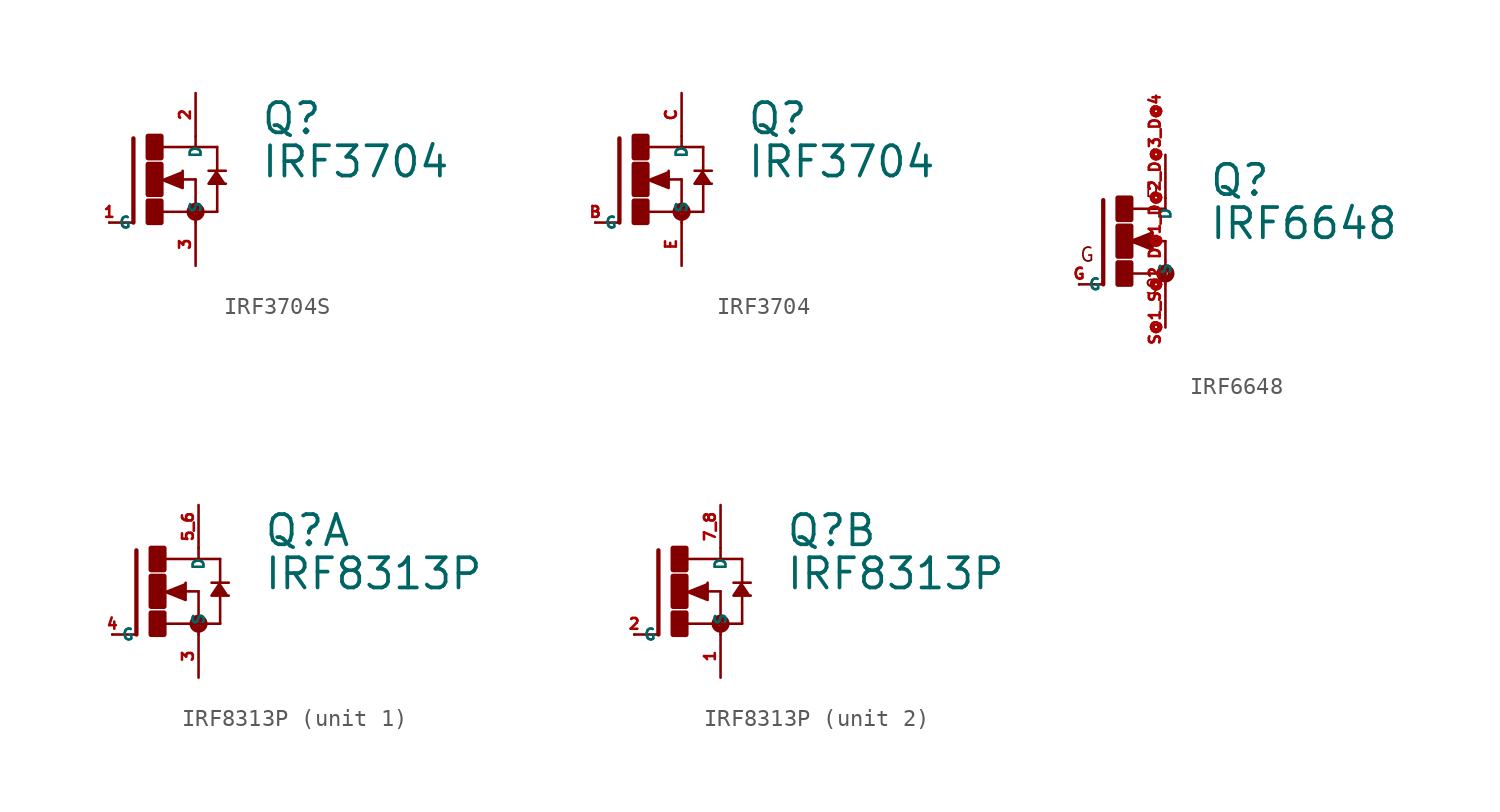
<source format=kicad_sym>
(kicad_symbol_lib
  (version 20220914)
  (generator Eagle2Kicad)
  (symbol "IRF3704S"
    (property "Reference" "Q"
      (at 6.35 2.54 0)
      (effects (font (size 1.778 1.778) (thickness 0.22)) (justify left bottom)))
    (property "Value" "IRF3704"
      (at 6.35 0 0)
      (effects (font (size 1.778 1.778) (thickness 0.22)) (justify left bottom)))
    (polyline
      (pts (xy 0.508 0) (xy 1.778 -0.508) (xy 1.778 0.508))
      (stroke (width 0.152) (type default))
      (fill (type outline)))
    (polyline
      (pts (xy 3.81 0.508) (xy 3.302 -0.254) (xy 4.318 -0.254))
      (stroke (width 0.152) (type default))
      (fill (type outline)))
    (polyline
      (pts (xy -1.118 2.413) (xy -1.118 -2.54))
      (stroke (width 0.254) (type default))
      (fill (type none)))
    (polyline
      (pts (xy -1.118 -2.54) (xy -2.54 -2.54))
      (stroke (width 0.152) (type default))
      (fill (type none)))
    (polyline
      (pts (xy 2.54 2.54) (xy 2.54 1.905))
      (stroke (width 0.152) (type default))
      (fill (type none)))
    (polyline
      (pts (xy 2.54 0) (xy 2.54 -1.905))
      (stroke (width 0.152) (type default))
      (fill (type none)))
    (polyline
      (pts (xy 0.508 -1.905) (xy 2.54 -1.905))
      (stroke (width 0.152) (type default))
      (fill (type none)))
    (polyline
      (pts (xy 2.54 -1.905) (xy 2.54 -2.54))
      (stroke (width 0.152) (type default))
      (fill (type none)))
    (polyline
      (pts (xy 1.651 0) (xy 2.54 0))
      (stroke (width 0.152) (type default))
      (fill (type none)))
    (polyline
      (pts (xy 3.302 0.508) (xy 3.81 0.508))
      (stroke (width 0.152) (type default))
      (fill (type none)))
    (polyline
      (pts (xy 3.81 0.508) (xy 4.318 0.508))
      (stroke (width 0.152) (type default))
      (fill (type none)))
    (polyline
      (pts (xy 3.81 1.905) (xy 2.54 1.905))
      (stroke (width 0.152) (type default))
      (fill (type none)))
    (polyline
      (pts (xy 2.54 1.905) (xy 0.533 1.905))
      (stroke (width 0.152) (type default))
      (fill (type none)))
    (polyline
      (pts (xy 3.81 0.508) (xy 3.81 1.905))
      (stroke (width 0.152) (type default))
      (fill (type none)))
    (polyline
      (pts (xy 3.81 -1.905) (xy 3.81 -0.127))
      (stroke (width 0.152) (type default))
      (fill (type none)))
    (polyline
      (pts (xy 3.81 -1.905) (xy 2.54 -1.905))
      (stroke (width 0.152) (type default))
      (fill (type none)))
    (circle
      (center 2.54 -1.905)
      (radius 0.127)
      (stroke (width 0.406) (type default))
      (fill (type none)))
    (rectangle
      (start -0.254 -2.54)
      (end 0.508 -1.27)
      (stroke (width 0.3) (type default))
      (fill (type outline)))
    (rectangle
      (start -0.254 1.27)
      (end 0.508 2.54)
      (stroke (width 0.3) (type default))
      (fill (type outline)))
    (rectangle
      (start -0.254 -0.889)
      (end 0.508 0.889)
      (stroke (width 0.3) (type default))
      (fill (type outline)))
    (pin passive line
      (at -2.54 -2.54 0)
      (length 0)
      (name "G" (effects (font (size 0.635 0.635) (thickness 0.08)) (justify left bottom)))
      (number "1" (effects (font (size 0.635 0.635) (thickness 0.08)) (justify left bottom))))
    (pin passive line
      (at 2.54 5.08 270)
      (length 2.54)
      (name "D" (effects (font (size 0.635 0.635) (thickness 0.08)) (justify left bottom)))
      (number "2" (effects (font (size 0.635 0.635) (thickness 0.08)) (justify left bottom))))
    (pin passive line
      (at 2.54 -5.08 90)
      (length 2.54)
      (name "S" (effects (font (size 0.635 0.635) (thickness 0.08)) (justify left bottom)))
      (number "3" (effects (font (size 0.635 0.635) (thickness 0.08)) (justify left bottom)))))
  (symbol "IRF3704"
    (property "Reference" "Q"
      (at 6.35 2.54 0)
      (effects (font (size 1.778 1.778) (thickness 0.22)) (justify left bottom)))
    (property "Value" "IRF3704"
      (at 6.35 0 0)
      (effects (font (size 1.778 1.778) (thickness 0.22)) (justify left bottom)))
    (polyline
      (pts (xy 0.508 0) (xy 1.778 -0.508) (xy 1.778 0.508))
      (stroke (width 0.152) (type default))
      (fill (type outline)))
    (polyline
      (pts (xy 3.81 0.508) (xy 3.302 -0.254) (xy 4.318 -0.254))
      (stroke (width 0.152) (type default))
      (fill (type outline)))
    (polyline
      (pts (xy -1.118 2.413) (xy -1.118 -2.54))
      (stroke (width 0.254) (type default))
      (fill (type none)))
    (polyline
      (pts (xy -1.118 -2.54) (xy -2.54 -2.54))
      (stroke (width 0.152) (type default))
      (fill (type none)))
    (polyline
      (pts (xy 2.54 2.54) (xy 2.54 1.905))
      (stroke (width 0.152) (type default))
      (fill (type none)))
    (polyline
      (pts (xy 2.54 0) (xy 2.54 -1.905))
      (stroke (width 0.152) (type default))
      (fill (type none)))
    (polyline
      (pts (xy 0.508 -1.905) (xy 2.54 -1.905))
      (stroke (width 0.152) (type default))
      (fill (type none)))
    (polyline
      (pts (xy 2.54 -1.905) (xy 2.54 -2.54))
      (stroke (width 0.152) (type default))
      (fill (type none)))
    (polyline
      (pts (xy 1.651 0) (xy 2.54 0))
      (stroke (width 0.152) (type default))
      (fill (type none)))
    (polyline
      (pts (xy 3.302 0.508) (xy 3.81 0.508))
      (stroke (width 0.152) (type default))
      (fill (type none)))
    (polyline
      (pts (xy 3.81 0.508) (xy 4.318 0.508))
      (stroke (width 0.152) (type default))
      (fill (type none)))
    (polyline
      (pts (xy 3.81 1.905) (xy 2.54 1.905))
      (stroke (width 0.152) (type default))
      (fill (type none)))
    (polyline
      (pts (xy 2.54 1.905) (xy 0.533 1.905))
      (stroke (width 0.152) (type default))
      (fill (type none)))
    (polyline
      (pts (xy 3.81 0.508) (xy 3.81 1.905))
      (stroke (width 0.152) (type default))
      (fill (type none)))
    (polyline
      (pts (xy 3.81 -1.905) (xy 3.81 -0.127))
      (stroke (width 0.152) (type default))
      (fill (type none)))
    (polyline
      (pts (xy 3.81 -1.905) (xy 2.54 -1.905))
      (stroke (width 0.152) (type default))
      (fill (type none)))
    (circle
      (center 2.54 -1.905)
      (radius 0.127)
      (stroke (width 0.406) (type default))
      (fill (type none)))
    (rectangle
      (start -0.254 -2.54)
      (end 0.508 -1.27)
      (stroke (width 0.3) (type default))
      (fill (type outline)))
    (rectangle
      (start -0.254 1.27)
      (end 0.508 2.54)
      (stroke (width 0.3) (type default))
      (fill (type outline)))
    (rectangle
      (start -0.254 -0.889)
      (end 0.508 0.889)
      (stroke (width 0.3) (type default))
      (fill (type outline)))
    (pin passive line
      (at -2.54 -2.54 0)
      (length 0)
      (name "G" (effects (font (size 0.635 0.635) (thickness 0.08)) (justify left bottom)))
      (number "B" (effects (font (size 0.635 0.635) (thickness 0.08)) (justify left bottom))))
    (pin passive line
      (at 2.54 5.08 270)
      (length 2.54)
      (name "D" (effects (font (size 0.635 0.635) (thickness 0.08)) (justify left bottom)))
      (number "C" (effects (font (size 0.635 0.635) (thickness 0.08)) (justify left bottom))))
    (pin passive line
      (at 2.54 -5.08 90)
      (length 2.54)
      (name "S" (effects (font (size 0.635 0.635) (thickness 0.08)) (justify left bottom)))
      (number "E" (effects (font (size 0.635 0.635) (thickness 0.08)) (justify left bottom)))))
  (symbol "IRF6648"
    (property "Reference" "Q"
      (at 5.08 2.54 0)
      (effects (font (size 1.778 1.778) (thickness 0.22)) (justify left bottom)))
    (property "Value" "IRF6648"
      (at 5.08 0 0)
      (effects (font (size 1.778 1.778) (thickness 0.22)) (justify left bottom)))
    (polyline
      (pts (xy -1.118 2.413) (xy -1.118 -2.54))
      (stroke (width 0.254) (type default))
      (fill (type none)))
    (polyline
      (pts (xy -1.118 -2.54) (xy -2.54 -2.54))
      (stroke (width 0.152) (type default))
      (fill (type none)))
    (polyline
      (pts (xy 2.54 1.905) (xy 0.533 1.905))
      (stroke (width 0.152) (type default))
      (fill (type none)))
    (polyline
      (pts (xy 2.54 2.54) (xy 2.54 1.905))
      (stroke (width 0.152) (type default))
      (fill (type none)))
    (polyline
      (pts (xy 2.54 0) (xy 2.54 -1.905))
      (stroke (width 0.152) (type default))
      (fill (type none)))
    (polyline
      (pts (xy 0.508 -1.905) (xy 2.54 -1.905))
      (stroke (width 0.152) (type default))
      (fill (type none)))
    (polyline
      (pts (xy 2.54 -1.905) (xy 2.54 -2.54))
      (stroke (width 0.152) (type default))
      (fill (type none)))
    (polyline
      (pts (xy 0.508 0) (xy 1.778 -0.508))
      (stroke (width 0.152) (type default))
      (fill (type none)))
    (polyline
      (pts (xy 1.778 -0.508) (xy 1.778 0.508))
      (stroke (width 0.152) (type default))
      (fill (type none)))
    (polyline
      (pts (xy 1.778 0.508) (xy 0.508 0))
      (stroke (width 0.152) (type default))
      (fill (type none)))
    (polyline
      (pts (xy 1.651 0) (xy 2.54 0))
      (stroke (width 0.152) (type default))
      (fill (type none)))
    (polyline
      (pts (xy 1.651 0.254) (xy 0.762 0))
      (stroke (width 0.305) (type default))
      (fill (type none)))
    (polyline
      (pts (xy 0.762 0) (xy 1.651 -0.254))
      (stroke (width 0.305) (type default))
      (fill (type none)))
    (polyline
      (pts (xy 1.651 -0.254) (xy 1.651 0))
      (stroke (width 0.305) (type default))
      (fill (type none)))
    (polyline
      (pts (xy 1.651 0) (xy 1.397 0))
      (stroke (width 0.305) (type default))
      (fill (type none)))
    (text "D"
      (at 1.27 2.54 0)
      (effects (font (size 0.813 0.813) (thickness 0.10)) (justify left bottom)))
    (text "S"
      (at 1.27 -3.175 0)
      (effects (font (size 0.813 0.813) (thickness 0.10)) (justify left bottom)))
    (text "G"
      (at -2.54 -1.27 0)
      (effects (font (size 0.813 0.813) (thickness 0.10)) (justify left bottom)))
    (circle
      (center 2.54 -1.905)
      (radius 0.127)
      (stroke (width 0.406) (type default))
      (fill (type none)))
    (rectangle
      (start -0.254 -2.54)
      (end 0.508 -1.27)
      (stroke (width 0.3) (type default))
      (fill (type outline)))
    (rectangle
      (start -0.254 1.27)
      (end 0.508 2.54)
      (stroke (width 0.3) (type default))
      (fill (type outline)))
    (rectangle
      (start -0.254 -0.889)
      (end 0.508 0.889)
      (stroke (width 0.3) (type default))
      (fill (type outline)))
    (pin passive line
      (at -2.54 -2.54 0)
      (length 0)
      (name "G" (effects (font (size 0.635 0.635) (thickness 0.08)) (justify left bottom)))
      (number "G" (effects (font (size 0.635 0.635) (thickness 0.08)) (justify left bottom))))
    (pin passive line
      (at 2.54 5.08 270)
      (length 2.54)
      (name "D" (effects (font (size 0.635 0.635) (thickness 0.08)) (justify left bottom)))
      (number "D@1 D@2 D@3 D@4" (effects (font (size 0.635 0.635) (thickness 0.08)) (justify left bottom))))
    (pin passive line
      (at 2.54 -5.08 90)
      (length 2.54)
      (name "S" (effects (font (size 0.635 0.635) (thickness 0.08)) (justify left bottom)))
      (number "S@1 S@2" (effects (font (size 0.635 0.635) (thickness 0.08)) (justify left bottom)))))
  (symbol "IRF8313P"
    (property "Reference" "Q"
      (at 6.35 2.54 0)
      (effects (font (size 1.778 1.778) (thickness 0.22)) (justify left bottom)))
    (property "Value" "IRF8313P"
      (at 6.35 0 0)
      (effects (font (size 1.778 1.778) (thickness 0.22)) (justify left bottom)))
    (symbol "IRF8313P_1_0"
      (polyline (pts (xy 0.508 0) (xy 1.778 -0.508) (xy 1.778 0.508)) (stroke (width 0.152) (type default)) (fill (type outline)))
      (polyline (pts (xy 3.81 0.508) (xy 3.302 -0.254) (xy 4.318 -0.254)) (stroke (width 0.152) (type default)) (fill (type outline)))
      (polyline (pts (xy -1.118 2.413) (xy -1.118 -2.54)) (stroke (width 0.254) (type default)) (fill (type none)))
      (polyline (pts (xy -1.118 -2.54) (xy -2.54 -2.54)) (stroke (width 0.152) (type default)) (fill (type none)))
      (polyline (pts (xy 2.54 2.54) (xy 2.54 1.905)) (stroke (width 0.152) (type default)) (fill (type none)))
      (polyline (pts (xy 2.54 0) (xy 2.54 -1.905)) (stroke (width 0.152) (type default)) (fill (type none)))
      (polyline (pts (xy 0.508 -1.905) (xy 2.54 -1.905)) (stroke (width 0.152) (type default)) (fill (type none)))
      (polyline (pts (xy 2.54 -1.905) (xy 2.54 -2.54)) (stroke (width 0.152) (type default)) (fill (type none)))
      (polyline (pts (xy 1.651 0) (xy 2.54 0)) (stroke (width 0.152) (type default)) (fill (type none)))
      (polyline (pts (xy 3.302 0.508) (xy 3.81 0.508)) (stroke (width 0.152) (type default)) (fill (type none)))
      (polyline (pts (xy 3.81 0.508) (xy 4.318 0.508)) (stroke (width 0.152) (type default)) (fill (type none)))
      (polyline (pts (xy 3.81 1.905) (xy 2.54 1.905)) (stroke (width 0.152) (type default)) (fill (type none)))
      (polyline (pts (xy 2.54 1.905) (xy 0.533 1.905)) (stroke (width 0.152) (type default)) (fill (type none)))
      (polyline (pts (xy 3.81 0.508) (xy 3.81 1.905)) (stroke (width 0.152) (type default)) (fill (type none)))
      (polyline (pts (xy 3.81 -1.905) (xy 3.81 -0.127)) (stroke (width 0.152) (type default)) (fill (type none)))
      (polyline (pts (xy 3.81 -1.905) (xy 2.54 -1.905)) (stroke (width 0.152) (type default)) (fill (type none)))
      (circle (center 2.54 -1.905) (radius 0.127) (stroke (width 0.406) (type default)) (fill (type none)))
      (rectangle (start -0.254 -2.54) (end 0.508 -1.27) (stroke (width 0.3) (type default)) (fill (type outline)))
      (rectangle (start -0.254 1.27) (end 0.508 2.54) (stroke (width 0.3) (type default)) (fill (type outline)))
      (rectangle (start -0.254 -0.889) (end 0.508 0.889) (stroke (width 0.3) (type default)) (fill (type outline)))
      (pin passive line (at -2.54 -2.54 0) (length 0) (name "G" (effects (font (size 0.635 0.635) (thickness 0.08)) (justify left bottom))) (number "4" (effects (font (size 0.635 0.635) (thickness 0.08)) (justify left bottom))))
      (pin passive line (at 2.54 5.08 270) (length 2.54) (name "D" (effects (font (size 0.635 0.635) (thickness 0.08)) (justify left bottom))) (number "5 6" (effects (font (size 0.635 0.635) (thickness 0.08)) (justify left bottom))))
      (pin passive line (at 2.54 -5.08 90) (length 2.54) (name "S" (effects (font (size 0.635 0.635) (thickness 0.08)) (justify left bottom))) (number "3" (effects (font (size 0.635 0.635) (thickness 0.08)) (justify left bottom)))))
    (symbol "IRF8313P_2_0"
      (polyline (pts (xy 0.508 0) (xy 1.778 -0.508) (xy 1.778 0.508)) (stroke (width 0.152) (type default)) (fill (type outline)))
      (polyline (pts (xy 3.81 0.508) (xy 3.302 -0.254) (xy 4.318 -0.254)) (stroke (width 0.152) (type default)) (fill (type outline)))
      (polyline (pts (xy -1.118 2.413) (xy -1.118 -2.54)) (stroke (width 0.254) (type default)) (fill (type none)))
      (polyline (pts (xy -1.118 -2.54) (xy -2.54 -2.54)) (stroke (width 0.152) (type default)) (fill (type none)))
      (polyline (pts (xy 2.54 2.54) (xy 2.54 1.905)) (stroke (width 0.152) (type default)) (fill (type none)))
      (polyline (pts (xy 2.54 0) (xy 2.54 -1.905)) (stroke (width 0.152) (type default)) (fill (type none)))
      (polyline (pts (xy 0.508 -1.905) (xy 2.54 -1.905)) (stroke (width 0.152) (type default)) (fill (type none)))
      (polyline (pts (xy 2.54 -1.905) (xy 2.54 -2.54)) (stroke (width 0.152) (type default)) (fill (type none)))
      (polyline (pts (xy 1.651 0) (xy 2.54 0)) (stroke (width 0.152) (type default)) (fill (type none)))
      (polyline (pts (xy 3.302 0.508) (xy 3.81 0.508)) (stroke (width 0.152) (type default)) (fill (type none)))
      (polyline (pts (xy 3.81 0.508) (xy 4.318 0.508)) (stroke (width 0.152) (type default)) (fill (type none)))
      (polyline (pts (xy 3.81 1.905) (xy 2.54 1.905)) (stroke (width 0.152) (type default)) (fill (type none)))
      (polyline (pts (xy 2.54 1.905) (xy 0.533 1.905)) (stroke (width 0.152) (type default)) (fill (type none)))
      (polyline (pts (xy 3.81 0.508) (xy 3.81 1.905)) (stroke (width 0.152) (type default)) (fill (type none)))
      (polyline (pts (xy 3.81 -1.905) (xy 3.81 -0.127)) (stroke (width 0.152) (type default)) (fill (type none)))
      (polyline (pts (xy 3.81 -1.905) (xy 2.54 -1.905)) (stroke (width 0.152) (type default)) (fill (type none)))
      (circle (center 2.54 -1.905) (radius 0.127) (stroke (width 0.406) (type default)) (fill (type none)))
      (rectangle (start -0.254 -2.54) (end 0.508 -1.27) (stroke (width 0.3) (type default)) (fill (type outline)))
      (rectangle (start -0.254 1.27) (end 0.508 2.54) (stroke (width 0.3) (type default)) (fill (type outline)))
      (rectangle (start -0.254 -0.889) (end 0.508 0.889) (stroke (width 0.3) (type default)) (fill (type outline)))
      (pin passive line (at -2.54 -2.54 0) (length 0) (name "G" (effects (font (size 0.635 0.635) (thickness 0.08)) (justify left bottom))) (number "2" (effects (font (size 0.635 0.635) (thickness 0.08)) (justify left bottom))))
      (pin passive line (at 2.54 5.08 270) (length 2.54) (name "D" (effects (font (size 0.635 0.635) (thickness 0.08)) (justify left bottom))) (number "7 8" (effects (font (size 0.635 0.635) (thickness 0.08)) (justify left bottom))))
      (pin passive line (at 2.54 -5.08 90) (length 2.54) (name "S" (effects (font (size 0.635 0.635) (thickness 0.08)) (justify left bottom))) (number "1" (effects (font (size 0.635 0.635) (thickness 0.08)) (justify left bottom)))))))
</source>
